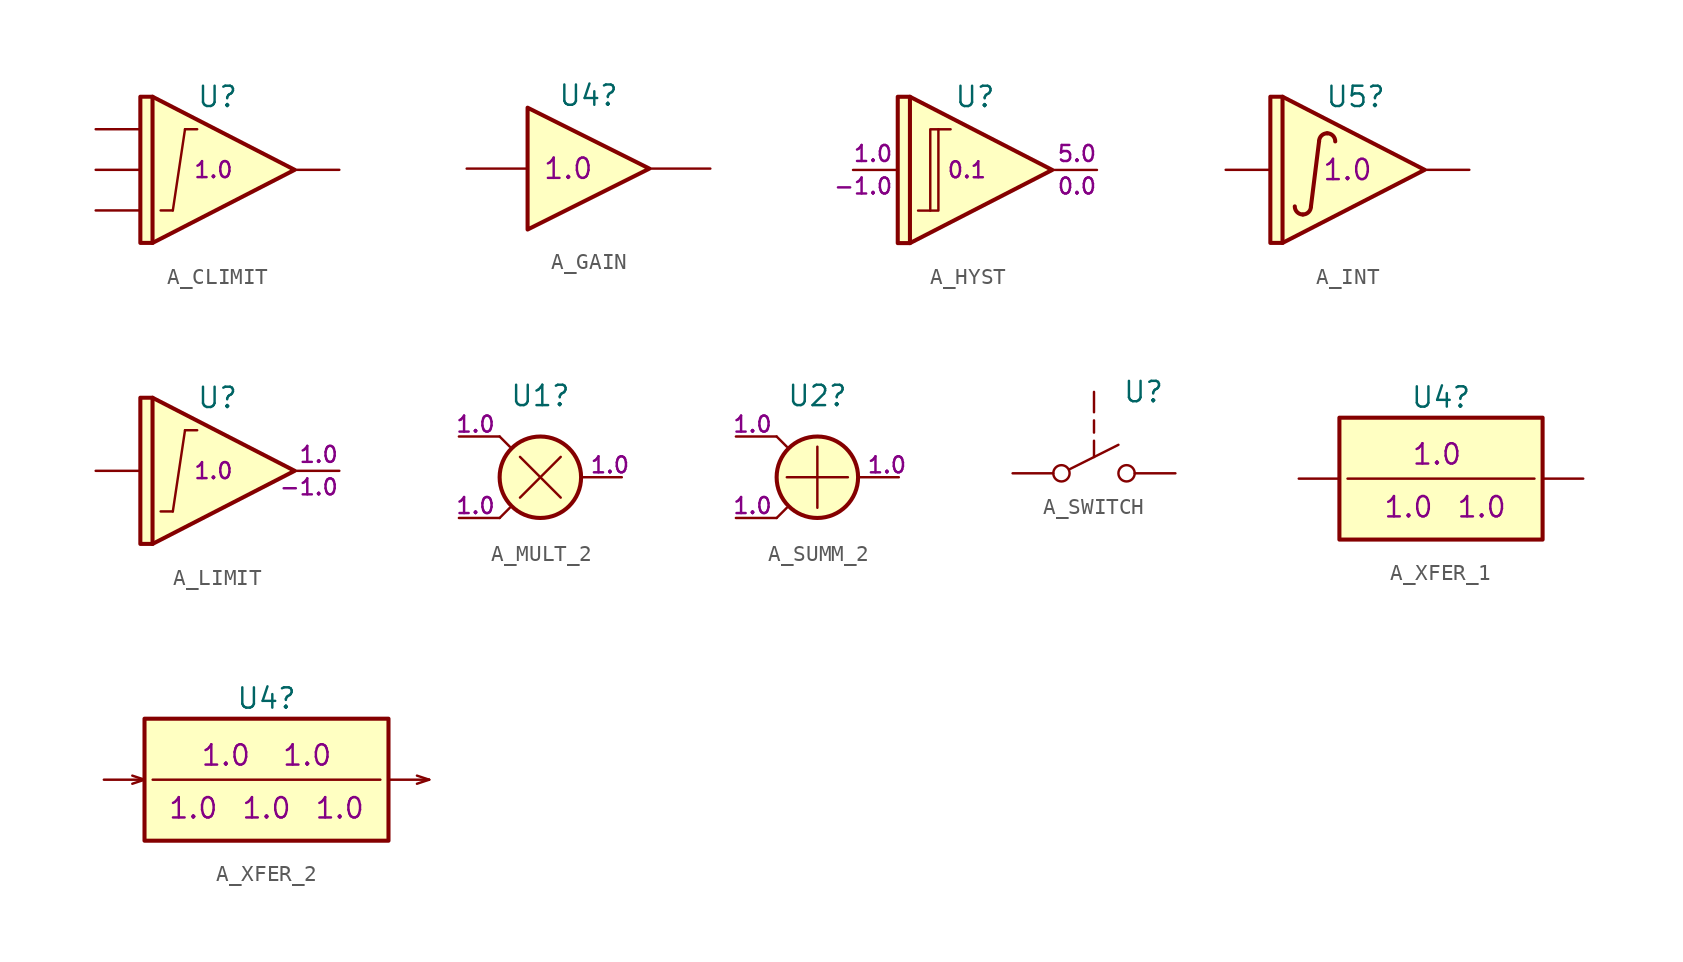
<source format=kicad_sym>
(kicad_symbol_lib
  (version 20241209)
  (generator "kicad_symbol_editor")
  (generator_version "9.0")
  (symbol "A_CLIMIT"
    (pin_numbers
      (hide yes))
    (property "Reference" "U"
      (at 0 4.572 0)
      (do_not_autoplace)
      (effects (font (size 1.27 1.27))))
    (property "IN_OFFSET" "0.0"
      (at -5.08 -1.016 0)
      (do_not_autoplace)
      (effects (font (size 1 1)) (justify right) (hide yes)))
    (property "GAIN" "1.0"
      (at -0.254 0 0)
      (do_not_autoplace)
      (effects (font (size 1 1))))
    (property "UPPER_DELTA" "0.0"
      (at 5.08 1.016 0)
      (do_not_autoplace)
      (effects (font (size 1 1)) (justify left) (hide yes)))
    (property "LOWER_DELTA" "0.0"
      (at 5.08 -1.016 0)
      (do_not_autoplace)
      (effects (font (size 1 1)) (justify left) (hide yes)))
    (property "LIMIT_RANGE" "0.01"
      (at 0 -5.588 0)
      (show_name)
      (effects (font (size 1 1)) (hide yes)))
    (symbol "A_CLIMIT_0_1"
      (polyline (pts (xy -4.064 4.572) (xy -4.064 -4.572)) (stroke (width 0.254) (type default)) (fill (type none)))
      (polyline (pts (xy -3.556 -2.54) (xy -2.794 -2.54)) (stroke (width 0) (type default)) (fill (type none)))
      (polyline (pts (xy -2.794 -2.54) (xy -2.032 2.54)) (stroke (width 0) (type default)) (fill (type none)))
      (polyline (pts (xy -1.27 2.54) (xy -2.032 2.54)) (stroke (width 0) (type default)) (fill (type none)))
      (polyline (pts (xy 4.826 0) (xy -4.064 4.572) (xy -4.826 4.572) (xy -4.826 -4.572) (xy -4.064 -4.572) (xy 4.826 0)) (stroke (width 0.254) (type default)) (fill (type background))))
    (symbol "A_CLIMIT_1_0"
      (pin input line (at -7.62 2.54 0) (length 2.75) (name "~" (effects (font (size 1.27 1.27)))) (number "3" (effects (font (size 1.27 1.27)))))
      (pin input line (at -7.62 0 0) (length 2.75) (name "~" (effects (font (size 1.27 1.27)))) (number "1" (effects (font (size 1.27 1.27)))))
      (pin input line (at -7.62 -2.54 0) (length 2.75) (name "~" (effects (font (size 1.27 1.27)))) (number "2" (effects (font (size 1.27 1.27)))))
      (pin output line (at 7.62 0 180) (length 3) (name "~" (effects (font (size 1.27 1.27)))) (number "4" (effects (font (size 1.27 1.27)))))))
  (symbol "A_GAIN"
    (pin_numbers
      (hide yes))
    (property "Reference" "U4"
      (at 0 4.572 0)
      (do_not_autoplace)
      (effects (font (size 1.27 1.27))))
    (property "GAIN" "1.0"
      (at -1.27 0 0)
      (do_not_autoplace)
      (effects (font (size 1.27 1.27))))
    (property "IN_OFFSET" "0.0"
      (at -6.604 -1.524 0)
      (do_not_autoplace)
      (effects (font (size 1.27 1.27)) (hide yes)))
    (property "OUT_OFFSET" "0.0"
      (at 6.858 -1.27 0)
      (do_not_autoplace)
      (effects (font (size 1.27 1.27)) (hide yes)))
    (symbol "A_GAIN_1_0"
      (polyline (pts (xy -3.81 3.81) (xy -3.81 -3.81) (xy 3.81 0) (xy -3.81 3.81)) (stroke (width 0.254) (type default)) (fill (type background)))
      (pin input line (at -7.62 0 0) (length 3.81) (name "~" (effects (font (size 1.27 1.27)))) (number "1" (effects (font (size 1.27 1.27)))))
      (pin output line (at 7.62 0 180) (length 3.81) (name "~" (effects (font (size 1.27 1.27)))) (number "2" (effects (font (size 1.27 1.27)))))))
  (symbol "A_HYST"
    (pin_numbers
      (hide yes))
    (property "Reference" "U"
      (at 0 4.572 0)
      (do_not_autoplace)
      (effects (font (size 1.27 1.27))))
    (property "IN_HIGH" "1.0"
      (at -5.08 1.016 0)
      (do_not_autoplace)
      (effects (font (size 1 1)) (justify right)))
    (property "IN_LOW" "-1.0"
      (at -5.08 -1.016 0)
      (do_not_autoplace)
      (effects (font (size 1 1)) (justify right)))
    (property "HYSTERESIS" "0.1"
      (at -0.508 0 0)
      (do_not_autoplace)
      (effects (font (size 1 1))))
    (property "OUT_UPPER_LIMIT" "5.0"
      (at 5.08 1.016 0)
      (do_not_autoplace)
      (effects (font (size 1 1)) (justify left)))
    (property "OUT_LOWER_LIMIT" "0.0"
      (at 5.08 -1.016 0)
      (do_not_autoplace)
      (effects (font (size 1 1)) (justify left)))
    (property "SMOOTH" "0.01"
      (at 0 -5.588 0)
      (show_name)
      (effects (font (size 1 1)) (hide yes)))
    (symbol "A_HYST_0_1"
      (polyline (pts (xy -4.064 4.572) (xy -4.064 -4.572)) (stroke (width 0.254) (type default)) (fill (type none)))
      (polyline (pts (xy -3.556 -2.54) (xy -2.286 -2.54) (xy -2.286 2.54) (xy -1.524 2.54)) (stroke (width 0) (type default)) (fill (type none)))
      (polyline (pts (xy 4.826 0) (xy -4.064 4.572) (xy -4.826 4.572) (xy -4.826 -4.572) (xy -4.064 -4.572) (xy 4.826 0)) (stroke (width 0.254) (type default)) (fill (type background))))
    (symbol "A_HYST_1_0"
      (pin input line (at -7.62 0 0) (length 2.75) (name "~" (effects (font (size 1.27 1.27)))) (number "1" (effects (font (size 1.27 1.27)))))
      (pin output line (at 7.62 0 180) (length 3) (name "~" (effects (font (size 1.27 1.27)))) (number "2" (effects (font (size 1.27 1.27))))))
    (symbol "A_HYST_1_1"
      (polyline (pts (xy -2.286 2.54) (xy -2.794 2.54) (xy -2.794 -2.54)) (stroke (width 0) (type solid)) (fill (type none)))))
  (symbol "A_INT"
    (pin_numbers
      (hide yes))
    (pin_names
      (offset 0.254))
    (property "Reference" "U5"
      (at 0.508 4.572 0)
      (do_not_autoplace)
      (effects (font (size 1.27 1.27))))
    (property "GAIN" "1.0"
      (at 0 0 0)
      (do_not_autoplace)
      (effects (font (size 1.27 1.27))))
    (property "OFFSET" "0.0"
      (at -7.874 -1.016 0)
      (effects (font (size 1 1)) (justify left) (hide yes)))
    (property "IC" "0.0"
      (at 3.175 -3.81 0)
      (show_name)
      (effects (font (size 1.27 1.27)) (hide yes)))
    (symbol "A_INT_0_1"
      (arc (start -2.794 -2.794) (mid -3.1532 -2.6452) (end -3.302 -2.286) (stroke (width 0.254) (type default)) (fill (type none)))
      (arc (start -2.286 -2.286) (mid -2.4348 -2.6452) (end -2.794 -2.794) (stroke (width 0.254) (type default)) (fill (type none)))
      (arc (start -1.778 1.778) (mid -1.6292 2.1372) (end -1.27 2.286) (stroke (width 0.254) (type default)) (fill (type none)))
      (arc (start -1.27 2.286) (mid -0.9108 2.1372) (end -0.762 1.778) (stroke (width 0.254) (type default)) (fill (type none)))
      (polyline (pts (xy 4.826 0) (xy -4.064 4.572) (xy -4.826 4.572) (xy -4.826 -4.572) (xy -4.064 -4.572) (xy 4.826 0)) (stroke (width 0.254) (type default)) (fill (type background))))
    (symbol "A_INT_1_1"
      (polyline (pts (xy -4.064 4.572) (xy -4.064 -4.572)) (stroke (width 0.254) (type solid)) (fill (type none)))
      (polyline (pts (xy -1.778 1.778) (xy -2.286 -2.286)) (stroke (width 0.254) (type solid)) (fill (type none)))
      (pin input line (at -7.62 0 0) (length 2.8) (name "" (effects (font (size 1.27 1.27)))) (number "1" (effects (font (size 1.27 1.27)))))
      (pin output line (at 7.62 0 180) (length 2.8) (name "~" (effects (font (size 1.27 1.27)))) (number "2" (effects (font (size 1.27 1.27)))))))
  (symbol "A_LIMIT"
    (pin_numbers
      (hide yes))
    (property "Reference" "U"
      (at 0 4.572 0)
      (do_not_autoplace)
      (effects (font (size 1.27 1.27))))
    (property "IN_OFFSET" "0.0"
      (at -5.08 -1.016 0)
      (do_not_autoplace)
      (effects (font (size 1 1)) (justify right) (hide yes)))
    (property "GAIN" "1.0"
      (at -0.254 0 0)
      (do_not_autoplace)
      (effects (font (size 1 1))))
    (property "OUT_UPPER_LIMIT" "1.0"
      (at 7.62 1.016 0)
      (do_not_autoplace)
      (effects (font (size 1 1)) (justify right)))
    (property "OUT_LOWER_LIMIT" "-1.0"
      (at 7.62 -1.016 0)
      (do_not_autoplace)
      (effects (font (size 1 1)) (justify right)))
    (property "LIMIT_RANGE" "0.01"
      (at 0 -5.588 0)
      (show_name)
      (effects (font (size 1 1)) (hide yes)))
    (symbol "A_LIMIT_0_1"
      (polyline (pts (xy -4.064 4.572) (xy -4.064 -4.572)) (stroke (width 0.254) (type default)) (fill (type none)))
      (polyline (pts (xy -3.556 -2.54) (xy -2.794 -2.54)) (stroke (width 0) (type default)) (fill (type none)))
      (polyline (pts (xy -2.794 -2.54) (xy -2.032 2.54)) (stroke (width 0) (type default)) (fill (type none)))
      (polyline (pts (xy -1.27 2.54) (xy -2.032 2.54)) (stroke (width 0) (type default)) (fill (type none)))
      (polyline (pts (xy 4.826 0) (xy -4.064 4.572) (xy -4.826 4.572) (xy -4.826 -4.572) (xy -4.064 -4.572) (xy 4.826 0)) (stroke (width 0.254) (type default)) (fill (type background))))
    (symbol "A_LIMIT_1_0"
      (pin input line (at -7.62 0 0) (length 2.75) (name "~" (effects (font (size 1.27 1.27)))) (number "1" (effects (font (size 1.27 1.27)))))
      (pin output line (at 7.62 0 180) (length 3) (name "~" (effects (font (size 1.27 1.27)))) (number "2" (effects (font (size 1.27 1.27)))))))
  (symbol "A_MULT_2"
    (pin_numbers
      (hide yes))
    (pin_names
      (offset 0.025))
    (property "Reference" "U1"
      (at 0 5.08 0)
      (effects (font (size 1.27 1.27))))
    (property "IN_GAIN_1" "1.0"
      (at -5.334 3.302 0)
      (do_not_autoplace)
      (effects (font (size 1 1)) (justify left)))
    (property "IN_GAIN_2" "1.0"
      (at -5.334 -1.778 0)
      (do_not_autoplace)
      (effects (font (size 1 1)) (justify left)))
    (property "OUT_GAIN" "1.0"
      (at 3.048 0.762 0)
      (do_not_autoplace)
      (effects (font (size 1 1)) (justify left)))
    (symbol "A_MULT_2_0_0"
      (polyline (pts (xy -2.54 2.54) (xy -1.905 1.905)) (stroke (width 0) (type default)) (fill (type none)))
      (polyline (pts (xy -2.54 -2.54) (xy -1.905 -1.905)) (stroke (width 0) (type default)) (fill (type none))))
    (symbol "A_MULT_2_0_1"
      (polyline (pts (xy -1.27 1.27) (xy 1.27 -1.27)) (stroke (width 0) (type default)) (fill (type none)))
      (polyline (pts (xy -1.27 -1.27) (xy 1.27 1.27)) (stroke (width 0) (type default)) (fill (type none)))
      (circle (center 0 0) (radius 2.54) (stroke (width 0.254) (type default)) (fill (type background))))
    (symbol "A_MULT_2_1_1"
      (pin input line (at -5.08 2.54 0) (length 2.54) (name "" (effects (font (size 1.27 1.27)))) (number "1" (effects (font (size 1.27 1.27)))))
      (pin input line (at -5.08 -2.54 0) (length 2.54) (name "" (effects (font (size 1.27 1.27)))) (number "2" (effects (font (size 1.27 1.27)))))
      (pin output line (at 5.08 0 180) (length 2.54) (name "~" (effects (font (size 1.27 1.27)))) (number "3" (effects (font (size 1.27 1.27)))))))
  (symbol "A_SUMM_2"
    (pin_numbers
      (hide yes))
    (pin_names
      (offset 0.025))
    (property "Reference" "U2"
      (at 0 5.08 0)
      (effects (font (size 1.27 1.27))))
    (property "IN_GAIN_1" "1.0"
      (at -5.334 3.302 0)
      (do_not_autoplace)
      (effects (font (size 1 1)) (justify left)))
    (property "IN_GAIN_2" "1.0"
      (at -5.334 -1.778 0)
      (do_not_autoplace)
      (effects (font (size 1 1)) (justify left)))
    (property "OUT_GAIN" "1.0"
      (at 3.048 0.762 0)
      (do_not_autoplace)
      (effects (font (size 1 1)) (justify left)))
    (symbol "A_SUMM_2_0_0"
      (polyline (pts (xy -2.54 2.54) (xy -1.905 1.905)) (stroke (width 0) (type default)) (fill (type none)))
      (polyline (pts (xy -2.54 -2.54) (xy -1.905 -1.905)) (stroke (width 0) (type default)) (fill (type none))))
    (symbol "A_SUMM_2_0_1"
      (polyline (pts (xy -1.905 0) (xy 1.905 0)) (stroke (width 0) (type default)) (fill (type none)))
      (polyline (pts (xy 0 1.905) (xy 0 -1.905)) (stroke (width 0) (type default)) (fill (type none)))
      (circle (center 0 0) (radius 2.54) (stroke (width 0.254) (type default)) (fill (type background))))
    (symbol "A_SUMM_2_1_1"
      (pin input line (at -5.08 2.54 0) (length 2.54) (name "" (effects (font (size 1.27 1.27)))) (number "1" (effects (font (size 1.27 1.27)))))
      (pin input line (at -5.08 -2.54 0) (length 2.54) (name "" (effects (font (size 1.27 1.27)))) (number "2" (effects (font (size 1.27 1.27)))))
      (pin output line (at 5.08 0 180) (length 2.54) (name "~" (effects (font (size 1.27 1.27)))) (number "3" (effects (font (size 1.27 1.27)))))))
  (symbol "A_SWITCH"
    (pin_numbers
      (hide yes))
    (pin_names
      (offset 1.016)
      (hide yes))
    (property "Reference" "U"
      (at 1.778 5.08 0)
      (effects (font (size 1.27 1.27)) (justify left)))
    (property "CNTL_OFF" "0.0"
      (at 5.08 7.62 0)
      (show_name)
      (effects (font (size 1.27 1.27)) (justify left) (hide yes)))
    (property "CNTL_ON" "1.0"
      (at 5.08 5.08 0)
      (show_name)
      (effects (font (size 1.27 1.27)) (justify left) (hide yes)))
    (property "R_OFF" "1e12"
      (at -4.572 -5.08 0)
      (show_name)
      (effects (font (size 1.27 1.27)) (justify left) (hide yes)))
    (property "R_ON" "1.0"
      (at -3.81 -2.54 0)
      (show_name)
      (effects (font (size 1.27 1.27)) (justify left) (hide yes)))
    (symbol "A_SWITCH_0_1"
      (circle (center -2.032 0) (radius 0.508) (stroke (width 0) (type default)) (fill (type none)))
      (polyline (pts (xy -1.524 0.254) (xy 1.524 1.778)) (stroke (width 0) (type default)) (fill (type none)))
      (polyline (pts (xy 0 3.302) (xy 0 2.54)) (stroke (width 0) (type default)) (fill (type none)))
      (polyline (pts (xy 0 1.016) (xy 0 2.032)) (stroke (width 0) (type default)) (fill (type none)))
      (circle (center 2.032 0) (radius 0.508) (stroke (width 0) (type default)) (fill (type none))))
    (symbol "A_SWITCH_1_1"
      (pin passive line (at -5.08 0 0) (length 2.54) (name "r_in" (effects (font (size 1.27 1.27)))) (number "2" (effects (font (size 1.27 1.27)))))
      (pin input line (at 0 5.08 270) (length 1.27) (name "control" (effects (font (size 1.27 1.27)))) (number "1" (effects (font (size 1.27 1.27)))))
      (pin passive line (at 5.08 0 180) (length 2.54) (name "r_out" (effects (font (size 1.27 1.27)))) (number "3" (effects (font (size 1.27 1.27)))))))
  (symbol "A_XFER_1"
    (pin_numbers
      (hide yes))
    (property "Reference" "U4"
      (at -1.27 5.08 0)
      (do_not_autoplace)
      (effects (font (size 1.27 1.27))))
    (property "A0" "1.0"
      (at -1.524 1.524 0)
      (do_not_autoplace)
      (effects (font (size 1.27 1.27))))
    (property "B1" "1.0"
      (at -3.302 -1.778 0)
      (do_not_autoplace)
      (effects (font (size 1.27 1.27))))
    (property "B0" "1.0"
      (at 1.27 -1.778 0)
      (do_not_autoplace)
      (effects (font (size 1.27 1.27))))
    (property "GAIN" "1.0"
      (at -8.89 1.27 0)
      (do_not_autoplace)
      (effects (font (size 1 1)) (hide yes)))
    (property "OFFSET" "0.0"
      (at -8.89 -1.27 0)
      (do_not_autoplace)
      (effects (font (size 1 1)) (hide yes)))
    (symbol "A_XFER_1_0_1"
      (polyline (pts (xy -7.112 0) (xy 4.572 0)) (stroke (width 0) (type default)) (fill (type none))))
    (symbol "A_XFER_1_1_0"
      (polyline (pts (xy -7.62 3.81) (xy -7.62 -3.81) (xy 5.08 -3.81) (xy 5.08 0) (xy 5.08 3.81) (xy -7.62 3.81)) (stroke (width 0.254) (type default)) (fill (type background)))
      (pin input line (at -10.16 0 0) (length 2.54) (name "~" (effects (font (size 1.27 1.27)))) (number "1" (effects (font (size 1.27 1.27)))))
      (pin output line (at 7.62 0 180) (length 2.54) (name "~" (effects (font (size 1.27 1.27)))) (number "2" (effects (font (size 1.27 1.27)))))))
  (symbol "A_XFER_2"
    (pin_numbers
      (hide yes))
    (property "Reference" "U4"
      (at -2.54 5.08 0)
      (do_not_autoplace)
      (effects (font (size 1.27 1.27))))
    (property "A1" "1.0"
      (at -5.08 1.524 0)
      (do_not_autoplace)
      (effects (font (size 1.27 1.27))))
    (property "A0" "1.0"
      (at 0 1.524 0)
      (do_not_autoplace)
      (effects (font (size 1.27 1.27))))
    (property "B2" "1.0"
      (at -7.112 -1.778 0)
      (do_not_autoplace)
      (effects (font (size 1.27 1.27))))
    (property "B1" "1.0"
      (at -2.54 -1.778 0)
      (do_not_autoplace)
      (effects (font (size 1.27 1.27))))
    (property "B0" "1.0"
      (at 2.032 -1.778 0)
      (do_not_autoplace)
      (effects (font (size 1.27 1.27))))
    (property "GAIN" "1.0"
      (at -11.684 1.27 0)
      (do_not_autoplace)
      (effects (font (size 1 1)) (hide yes)))
    (property "OFFSET" "0.0"
      (at -11.684 -1.27 0)
      (do_not_autoplace)
      (effects (font (size 1 1)) (hide yes)))
    (symbol "A_XFER_2_0_1"
      (polyline (pts (xy -10.922 -0.254) (xy -10.16 0)) (stroke (width 0) (type default)) (fill (type none)))
      (polyline (pts (xy -10.16 0) (xy -10.922 0.254)) (stroke (width 0) (type default)) (fill (type none)))
      (polyline (pts (xy -9.652 0) (xy 4.572 0)) (stroke (width 0) (type default)) (fill (type none)))
      (polyline (pts (xy 7.62 0) (xy 6.858 0.254)) (stroke (width 0) (type default)) (fill (type none)))
      (polyline (pts (xy 7.62 0) (xy 6.858 -0.254)) (stroke (width 0) (type default)) (fill (type none))))
    (symbol "A_XFER_2_1_0"
      (polyline (pts (xy -10.16 3.81) (xy -10.16 -3.81) (xy 5.08 -3.81) (xy 5.08 0) (xy 5.08 3.81) (xy -10.16 3.81)) (stroke (width 0.254) (type default)) (fill (type background)))
      (pin input line (at -12.7 0 0) (length 2.54) (name "~" (effects (font (size 1.27 1.27)))) (number "1" (effects (font (size 1.27 1.27)))))
      (pin output line (at 7.62 0 180) (length 2.54) (name "~" (effects (font (size 1.27 1.27)))) (number "2" (effects (font (size 1.27 1.27))))))))
</source>
